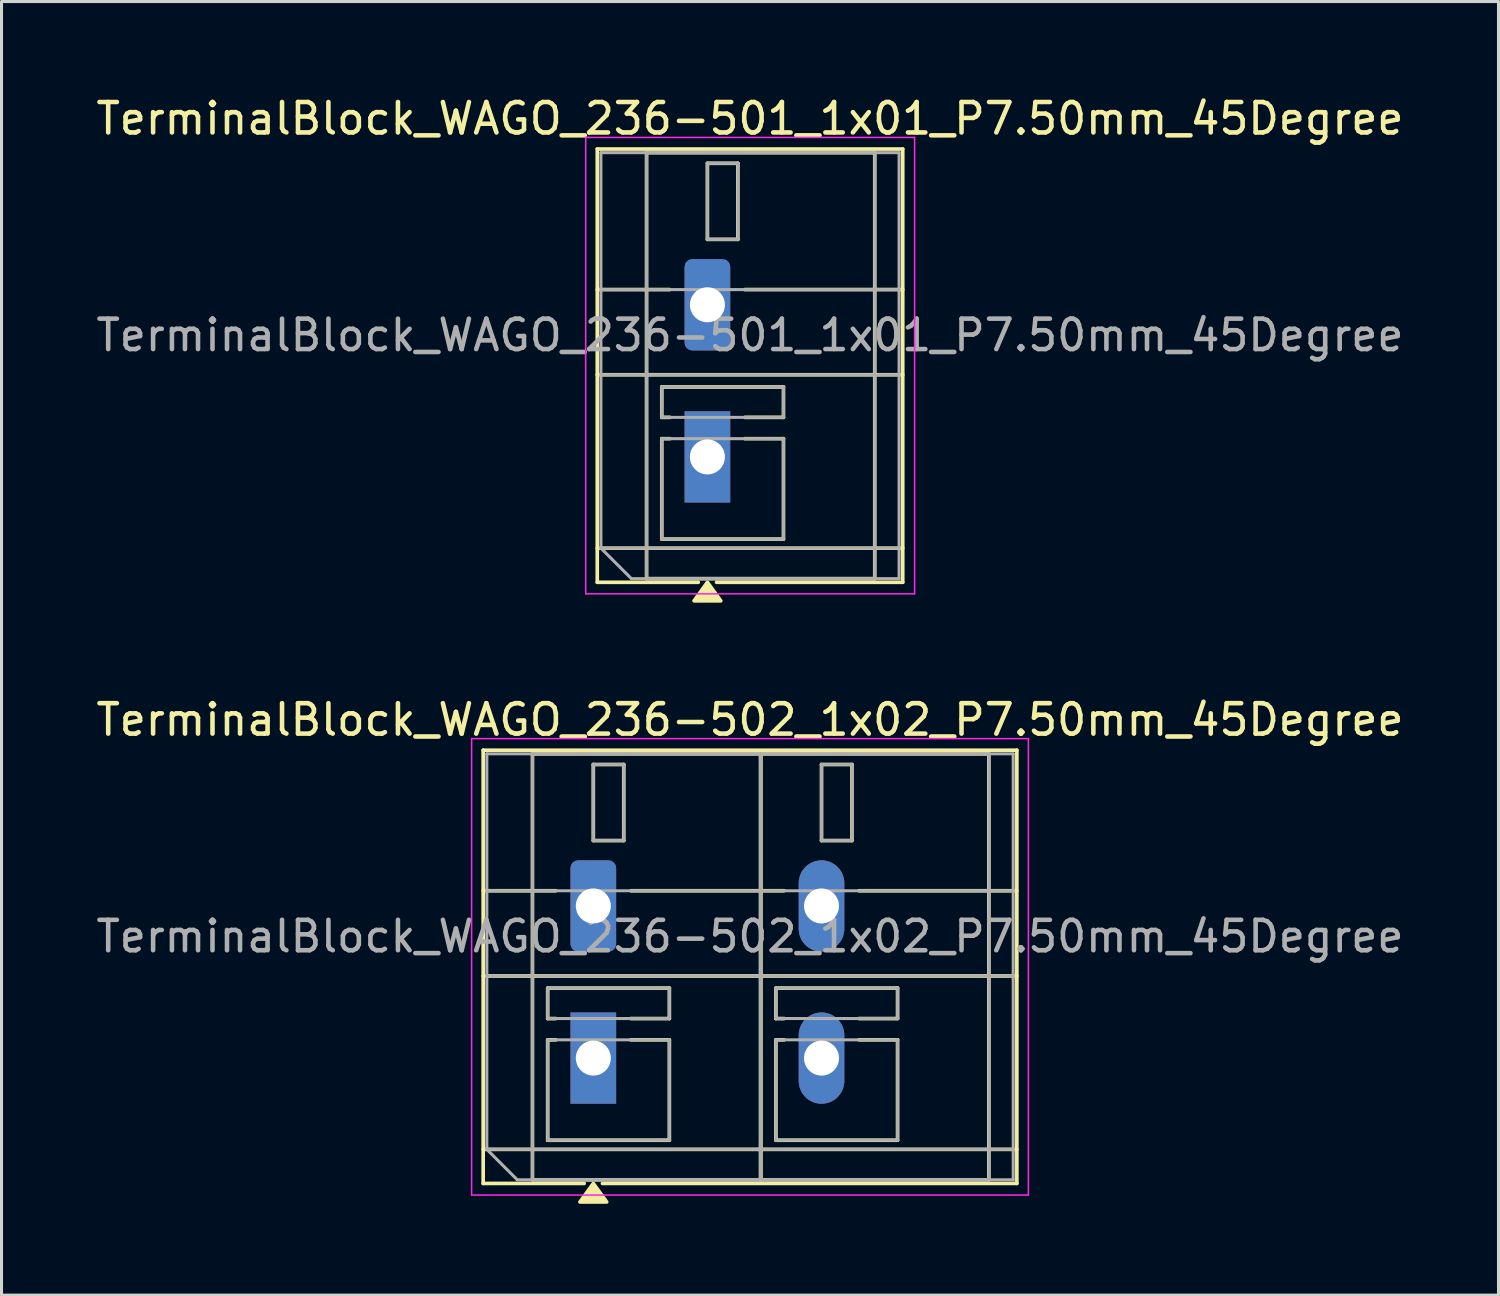
<source format=kicad_pcb>
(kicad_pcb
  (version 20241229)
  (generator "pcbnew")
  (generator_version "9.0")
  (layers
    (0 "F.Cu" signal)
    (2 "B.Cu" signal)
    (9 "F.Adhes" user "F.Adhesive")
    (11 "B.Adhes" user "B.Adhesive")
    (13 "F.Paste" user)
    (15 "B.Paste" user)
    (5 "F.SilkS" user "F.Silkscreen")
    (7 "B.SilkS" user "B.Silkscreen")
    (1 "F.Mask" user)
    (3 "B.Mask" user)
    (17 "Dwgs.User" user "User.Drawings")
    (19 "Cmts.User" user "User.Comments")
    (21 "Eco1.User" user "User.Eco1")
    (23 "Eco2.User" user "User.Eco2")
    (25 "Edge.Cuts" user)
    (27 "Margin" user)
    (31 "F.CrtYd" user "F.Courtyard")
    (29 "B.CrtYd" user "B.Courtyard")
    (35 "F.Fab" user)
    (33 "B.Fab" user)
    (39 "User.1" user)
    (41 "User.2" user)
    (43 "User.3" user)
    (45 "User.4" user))
  (footprint "TerminalBlock_WAGO_236-501_1x01_P7.50mm_45Degree"
    (layer "F.Cu")
    (at 20.201 6.968)
    (property "Reference" "TerminalBlock_WAGO_236-501_1x01_P7.50mm_45Degree" (at 1.4 -6.12 0) (layer "F.SilkS") (effects (font (size 1 1) (thickness 0.15))))
    (attr through_hole)
    (fp_line (start -3.62 -5.12) (end 6.42 -5.12) (stroke (width 0.12) (type solid)) (layer "F.SilkS"))
    (fp_line (start -3.62 -0.5) (end -1.23 -0.5) (stroke (width 0.12) (type solid)) (layer "F.SilkS"))
    (fp_line (start -3.62 2.3) (end 6.42 2.3) (stroke (width 0.12) (type solid)) (layer "F.SilkS"))
    (fp_line (start -3.62 8) (end 6.42 8) (stroke (width 0.12) (type solid)) (layer "F.SilkS"))
    (fp_line (start -3.62 9.12) (end -3.62 -5.12) (stroke (width 0.12) (type solid)) (layer "F.SilkS"))
    (fp_line (start -2 -5) (end 5.5 -5) (stroke (width 0.12) (type solid)) (layer "F.SilkS"))
    (fp_line (start -2 9) (end -2 -5) (stroke (width 0.12) (type solid)) (layer "F.SilkS"))
    (fp_line (start -1.5 2.7) (end 2.5 2.7) (stroke (width 0.12) (type solid)) (layer "F.SilkS"))
    (fp_line (start -1.5 3.7) (end -1.5 2.7) (stroke (width 0.12) (type solid)) (layer "F.SilkS"))
    (fp_line (start -1.5 4.4) (end -1.23 4.4) (stroke (width 0.12) (type solid)) (layer "F.SilkS"))
    (fp_line (start -1.5 7.7) (end -1.5 4.4) (stroke (width 0.12) (type solid)) (layer "F.SilkS"))
    (fp_line (start -1.23 3.7) (end -1.5 3.7) (stroke (width 0.12) (type solid)) (layer "F.SilkS"))
    (fp_line (start -0.3 9.12) (end -3.62 9.12) (stroke (width 0.12) (type solid)) (layer "F.SilkS"))
    (fp_line (start 0 -4.65) (end 1 -4.65) (stroke (width 0.12) (type solid)) (layer "F.SilkS"))
    (fp_line (start 0 -2.15) (end 0 -4.65) (stroke (width 0.12) (type solid)) (layer "F.SilkS"))
    (fp_line (start 1 -4.65) (end 1 -2.15) (stroke (width 0.12) (type solid)) (layer "F.SilkS"))
    (fp_line (start 1 -2.15) (end 0 -2.15) (stroke (width 0.12) (type solid)) (layer "F.SilkS"))
    (fp_line (start 1.23 -0.5) (end 6.42 -0.5) (stroke (width 0.12) (type solid)) (layer "F.SilkS"))
    (fp_line (start 1.23 4.4) (end 2.5 4.4) (stroke (width 0.12) (type solid)) (layer "F.SilkS"))
    (fp_line (start 2.5 2.7) (end 2.5 3.7) (stroke (width 0.12) (type solid)) (layer "F.SilkS"))
    (fp_line (start 2.5 3.7) (end 1.23 3.7) (stroke (width 0.12) (type solid)) (layer "F.SilkS"))
    (fp_line (start 2.5 4.4) (end 2.5 7.7) (stroke (width 0.12) (type solid)) (layer "F.SilkS"))
    (fp_line (start 2.5 7.7) (end -1.5 7.7) (stroke (width 0.12) (type solid)) (layer "F.SilkS"))
    (fp_line (start 5.5 -5) (end 5.5 9) (stroke (width 0.12) (type solid)) (layer "F.SilkS"))
    (fp_line (start 5.5 9) (end -2 9) (stroke (width 0.12) (type solid)) (layer "F.SilkS"))
    (fp_line (start 6.42 -5.12) (end 6.42 9.12) (stroke (width 0.12) (type solid)) (layer "F.SilkS"))
    (fp_line (start 6.42 9.12) (end 0.3 9.12) (stroke (width 0.12) (type solid)) (layer "F.SilkS"))
    (fp_poly (pts (xy 0 9.12) (xy 0.44 9.73) (xy -0.44 9.73)) (stroke (width 0.12) (type solid)) (fill yes) (layer "F.SilkS"))
    (fp_line (start -4 -5.5) (end -4 9.5) (stroke (width 0.05) (type solid)) (layer "F.CrtYd"))
    (fp_line (start -4 9.5) (end 6.81 9.5) (stroke (width 0.05) (type solid)) (layer "F.CrtYd"))
    (fp_line (start 6.81 -5.5) (end -4 -5.5) (stroke (width 0.05) (type solid)) (layer "F.CrtYd"))
    (fp_line (start 6.81 9.5) (end 6.81 -5.5) (stroke (width 0.05) (type solid)) (layer "F.CrtYd"))
    (fp_line (start -3.5 -5) (end 6.3 -5) (stroke (width 0.1) (type solid)) (layer "F.Fab"))
    (fp_line (start -3.5 -0.5) (end 6.3 -0.5) (stroke (width 0.1) (type solid)) (layer "F.Fab"))
    (fp_line (start -3.5 2.3) (end 6.3 2.3) (stroke (width 0.1) (type solid)) (layer "F.Fab"))
    (fp_line (start -3.5 8) (end -3.5 -5) (stroke (width 0.1) (type solid)) (layer "F.Fab"))
    (fp_line (start -3.5 8) (end 6.3 8) (stroke (width 0.1) (type solid)) (layer "F.Fab"))
    (fp_line (start -2.5 9) (end -3.5 8) (stroke (width 0.1) (type solid)) (layer "F.Fab"))
    (fp_line (start -2 -5) (end -2 9) (stroke (width 0.1) (type solid)) (layer "F.Fab"))
    (fp_line (start -2 9) (end 5.5 9) (stroke (width 0.1) (type solid)) (layer "F.Fab"))
    (fp_line (start -1.5 2.7) (end -1.5 3.7) (stroke (width 0.1) (type solid)) (layer "F.Fab"))
    (fp_line (start -1.5 3.7) (end 2.5 3.7) (stroke (width 0.1) (type solid)) (layer "F.Fab"))
    (fp_line (start -1.5 4.4) (end -1.5 7.7) (stroke (width 0.1) (type solid)) (layer "F.Fab"))
    (fp_line (start -1.5 7.7) (end 2.5 7.7) (stroke (width 0.1) (type solid)) (layer "F.Fab"))
    (fp_line (start 0 -4.65) (end 0 -2.15) (stroke (width 0.1) (type solid)) (layer "F.Fab"))
    (fp_line (start 0 -2.15) (end 1 -2.15) (stroke (width 0.1) (type solid)) (layer "F.Fab"))
    (fp_line (start 1 -4.65) (end 0 -4.65) (stroke (width 0.1) (type solid)) (layer "F.Fab"))
    (fp_line (start 1 -2.15) (end 1 -4.65) (stroke (width 0.1) (type solid)) (layer "F.Fab"))
    (fp_line (start 2.5 2.7) (end -1.5 2.7) (stroke (width 0.1) (type solid)) (layer "F.Fab"))
    (fp_line (start 2.5 3.7) (end 2.5 2.7) (stroke (width 0.1) (type solid)) (layer "F.Fab"))
    (fp_line (start 2.5 4.4) (end -1.5 4.4) (stroke (width 0.1) (type solid)) (layer "F.Fab"))
    (fp_line (start 2.5 7.7) (end 2.5 4.4) (stroke (width 0.1) (type solid)) (layer "F.Fab"))
    (fp_line (start 5.5 -5) (end -2 -5) (stroke (width 0.1) (type solid)) (layer "F.Fab"))
    (fp_line (start 5.5 9) (end 5.5 -5) (stroke (width 0.1) (type solid)) (layer "F.Fab"))
    (fp_line (start 6.3 -5) (end 6.3 9) (stroke (width 0.1) (type solid)) (layer "F.Fab"))
    (fp_line (start 6.3 9) (end -2.5 9) (stroke (width 0.1) (type solid)) (layer "F.Fab"))
    (fp_text user "${REFERENCE}" (at 1.4 1 0) (layer "F.Fab") (effects (font (size 1 1) (thickness 0.15))))
    (pad "1" thru_hole roundrect (at 0 0) (size 1.5 3) (drill 1.15) (layers "*.Cu" "*.Mask") (roundrect_rratio 0.167))
    (pad "1" thru_hole rect (at 0 5) (size 1.5 3) (drill 1.15) (layers "*.Cu" "*.Mask")))
  (footprint "TerminalBlock_WAGO_236-502_1x02_P7.50mm_45Degree"
    (layer "F.Cu")
    (at 16.451 26.727)
    (property "Reference" "TerminalBlock_WAGO_236-502_1x02_P7.50mm_45Degree" (at 5.15 -6.12 0) (layer "F.SilkS") (effects (font (size 1 1) (thickness 0.15))))
    (attr through_hole)
    (fp_line (start -3.62 -5.12) (end 13.92 -5.12) (stroke (width 0.12) (type solid)) (layer "F.SilkS"))
    (fp_line (start -3.62 -0.5) (end -1.23 -0.5) (stroke (width 0.12) (type solid)) (layer "F.SilkS"))
    (fp_line (start -3.62 2.3) (end 13.92 2.3) (stroke (width 0.12) (type solid)) (layer "F.SilkS"))
    (fp_line (start -3.62 8) (end 13.92 8) (stroke (width 0.12) (type solid)) (layer "F.SilkS"))
    (fp_line (start -3.62 9.12) (end -3.62 -5.12) (stroke (width 0.12) (type solid)) (layer "F.SilkS"))
    (fp_line (start -2 -5) (end 5.5 -5) (stroke (width 0.12) (type solid)) (layer "F.SilkS"))
    (fp_line (start -2 9) (end -2 -5) (stroke (width 0.12) (type solid)) (layer "F.SilkS"))
    (fp_line (start -1.5 2.7) (end 2.5 2.7) (stroke (width 0.12) (type solid)) (layer "F.SilkS"))
    (fp_line (start -1.5 3.7) (end -1.5 2.7) (stroke (width 0.12) (type solid)) (layer "F.SilkS"))
    (fp_line (start -1.5 4.4) (end -1.23 4.4) (stroke (width 0.12) (type solid)) (layer "F.SilkS"))
    (fp_line (start -1.5 7.7) (end -1.5 4.4) (stroke (width 0.12) (type solid)) (layer "F.SilkS"))
    (fp_line (start -1.23 3.7) (end -1.5 3.7) (stroke (width 0.12) (type solid)) (layer "F.SilkS"))
    (fp_line (start -0.3 9.12) (end -3.62 9.12) (stroke (width 0.12) (type solid)) (layer "F.SilkS"))
    (fp_line (start 0 -4.65) (end 1 -4.65) (stroke (width 0.12) (type solid)) (layer "F.SilkS"))
    (fp_line (start 0 -2.15) (end 0 -4.65) (stroke (width 0.12) (type solid)) (layer "F.SilkS"))
    (fp_line (start 1 -4.65) (end 1 -2.15) (stroke (width 0.12) (type solid)) (layer "F.SilkS"))
    (fp_line (start 1 -2.15) (end 0 -2.15) (stroke (width 0.12) (type solid)) (layer "F.SilkS"))
    (fp_line (start 1.23 -0.5) (end 6.27 -0.5) (stroke (width 0.12) (type solid)) (layer "F.SilkS"))
    (fp_line (start 1.23 4.4) (end 2.5 4.4) (stroke (width 0.12) (type solid)) (layer "F.SilkS"))
    (fp_line (start 2.5 2.7) (end 2.5 3.7) (stroke (width 0.12) (type solid)) (layer "F.SilkS"))
    (fp_line (start 2.5 3.7) (end 1.23 3.7) (stroke (width 0.12) (type solid)) (layer "F.SilkS"))
    (fp_line (start 2.5 4.4) (end 2.5 7.7) (stroke (width 0.12) (type solid)) (layer "F.SilkS"))
    (fp_line (start 2.5 7.7) (end -1.5 7.7) (stroke (width 0.12) (type solid)) (layer "F.SilkS"))
    (fp_line (start 5.5 -5) (end 5.5 9) (stroke (width 0.12) (type solid)) (layer "F.SilkS"))
    (fp_line (start 5.5 -5) (end 13 -5) (stroke (width 0.12) (type solid)) (layer "F.SilkS"))
    (fp_line (start 5.5 9) (end -2 9) (stroke (width 0.12) (type solid)) (layer "F.SilkS"))
    (fp_line (start 5.5 9) (end 5.5 -5) (stroke (width 0.12) (type solid)) (layer "F.SilkS"))
    (fp_line (start 6 2.7) (end 10 2.7) (stroke (width 0.12) (type solid)) (layer "F.SilkS"))
    (fp_line (start 6 3.7) (end 6 2.7) (stroke (width 0.12) (type solid)) (layer "F.SilkS"))
    (fp_line (start 6 4.4) (end 6.27 4.4) (stroke (width 0.12) (type solid)) (layer "F.SilkS"))
    (fp_line (start 6 7.7) (end 6 4.4) (stroke (width 0.12) (type solid)) (layer "F.SilkS"))
    (fp_line (start 6.27 3.7) (end 6 3.7) (stroke (width 0.12) (type solid)) (layer "F.SilkS"))
    (fp_line (start 7.5 -4.65) (end 8.5 -4.65) (stroke (width 0.12) (type solid)) (layer "F.SilkS"))
    (fp_line (start 7.5 -2.15) (end 7.5 -4.65) (stroke (width 0.12) (type solid)) (layer "F.SilkS"))
    (fp_line (start 8.5 -4.65) (end 8.5 -2.15) (stroke (width 0.12) (type solid)) (layer "F.SilkS"))
    (fp_line (start 8.5 -2.15) (end 7.5 -2.15) (stroke (width 0.12) (type solid)) (layer "F.SilkS"))
    (fp_line (start 8.73 -0.5) (end 13.92 -0.5) (stroke (width 0.12) (type solid)) (layer "F.SilkS"))
    (fp_line (start 8.73 4.4) (end 10 4.4) (stroke (width 0.12) (type solid)) (layer "F.SilkS"))
    (fp_line (start 10 2.7) (end 10 3.7) (stroke (width 0.12) (type solid)) (layer "F.SilkS"))
    (fp_line (start 10 3.7) (end 8.73 3.7) (stroke (width 0.12) (type solid)) (layer "F.SilkS"))
    (fp_line (start 10 4.4) (end 10 7.7) (stroke (width 0.12) (type solid)) (layer "F.SilkS"))
    (fp_line (start 10 7.7) (end 6 7.7) (stroke (width 0.12) (type solid)) (layer "F.SilkS"))
    (fp_line (start 13 -5) (end 13 9) (stroke (width 0.12) (type solid)) (layer "F.SilkS"))
    (fp_line (start 13 9) (end 5.5 9) (stroke (width 0.12) (type solid)) (layer "F.SilkS"))
    (fp_line (start 13.92 -5.12) (end 13.92 9.12) (stroke (width 0.12) (type solid)) (layer "F.SilkS"))
    (fp_line (start 13.92 9.12) (end 0.3 9.12) (stroke (width 0.12) (type solid)) (layer "F.SilkS"))
    (fp_poly (pts (xy 0 9.12) (xy 0.44 9.73) (xy -0.44 9.73)) (stroke (width 0.12) (type solid)) (fill yes) (layer "F.SilkS"))
    (fp_line (start -4 -5.5) (end -4 9.5) (stroke (width 0.05) (type solid)) (layer "F.CrtYd"))
    (fp_line (start -4 9.5) (end 14.3 9.5) (stroke (width 0.05) (type solid)) (layer "F.CrtYd"))
    (fp_line (start 14.3 -5.5) (end -4 -5.5) (stroke (width 0.05) (type solid)) (layer "F.CrtYd"))
    (fp_line (start 14.3 9.5) (end 14.3 -5.5) (stroke (width 0.05) (type solid)) (layer "F.CrtYd"))
    (fp_line (start -3.5 -5) (end 13.8 -5) (stroke (width 0.1) (type solid)) (layer "F.Fab"))
    (fp_line (start -3.5 -0.5) (end 13.8 -0.5) (stroke (width 0.1) (type solid)) (layer "F.Fab"))
    (fp_line (start -3.5 2.3) (end 13.8 2.3) (stroke (width 0.1) (type solid)) (layer "F.Fab"))
    (fp_line (start -3.5 8) (end -3.5 -5) (stroke (width 0.1) (type solid)) (layer "F.Fab"))
    (fp_line (start -3.5 8) (end 13.8 8) (stroke (width 0.1) (type solid)) (layer "F.Fab"))
    (fp_line (start -2.5 9) (end -3.5 8) (stroke (width 0.1) (type solid)) (layer "F.Fab"))
    (fp_line (start -2 -5) (end -2 9) (stroke (width 0.1) (type solid)) (layer "F.Fab"))
    (fp_line (start -2 9) (end 5.5 9) (stroke (width 0.1) (type solid)) (layer "F.Fab"))
    (fp_line (start -1.5 2.7) (end -1.5 3.7) (stroke (width 0.1) (type solid)) (layer "F.Fab"))
    (fp_line (start -1.5 3.7) (end 2.5 3.7) (stroke (width 0.1) (type solid)) (layer "F.Fab"))
    (fp_line (start -1.5 4.4) (end -1.5 7.7) (stroke (width 0.1) (type solid)) (layer "F.Fab"))
    (fp_line (start -1.5 7.7) (end 2.5 7.7) (stroke (width 0.1) (type solid)) (layer "F.Fab"))
    (fp_line (start 0 -4.65) (end 0 -2.15) (stroke (width 0.1) (type solid)) (layer "F.Fab"))
    (fp_line (start 0 -2.15) (end 1 -2.15) (stroke (width 0.1) (type solid)) (layer "F.Fab"))
    (fp_line (start 1 -4.65) (end 0 -4.65) (stroke (width 0.1) (type solid)) (layer "F.Fab"))
    (fp_line (start 1 -2.15) (end 1 -4.65) (stroke (width 0.1) (type solid)) (layer "F.Fab"))
    (fp_line (start 2.5 2.7) (end -1.5 2.7) (stroke (width 0.1) (type solid)) (layer "F.Fab"))
    (fp_line (start 2.5 3.7) (end 2.5 2.7) (stroke (width 0.1) (type solid)) (layer "F.Fab"))
    (fp_line (start 2.5 4.4) (end -1.5 4.4) (stroke (width 0.1) (type solid)) (layer "F.Fab"))
    (fp_line (start 2.5 7.7) (end 2.5 4.4) (stroke (width 0.1) (type solid)) (layer "F.Fab"))
    (fp_line (start 5.5 -5) (end -2 -5) (stroke (width 0.1) (type solid)) (layer "F.Fab"))
    (fp_line (start 5.5 -5) (end 5.5 9) (stroke (width 0.1) (type solid)) (layer "F.Fab"))
    (fp_line (start 5.5 9) (end 5.5 -5) (stroke (width 0.1) (type solid)) (layer "F.Fab"))
    (fp_line (start 5.5 9) (end 13 9) (stroke (width 0.1) (type solid)) (layer "F.Fab"))
    (fp_line (start 6 2.7) (end 6 3.7) (stroke (width 0.1) (type solid)) (layer "F.Fab"))
    (fp_line (start 6 3.7) (end 10 3.7) (stroke (width 0.1) (type solid)) (layer "F.Fab"))
    (fp_line (start 6 4.4) (end 6 7.7) (stroke (width 0.1) (type solid)) (layer "F.Fab"))
    (fp_line (start 6 7.7) (end 10 7.7) (stroke (width 0.1) (type solid)) (layer "F.Fab"))
    (fp_line (start 7.5 -4.65) (end 7.5 -2.15) (stroke (width 0.1) (type solid)) (layer "F.Fab"))
    (fp_line (start 7.5 -2.15) (end 8.5 -2.15) (stroke (width 0.1) (type solid)) (layer "F.Fab"))
    (fp_line (start 8.5 -4.65) (end 7.5 -4.65) (stroke (width 0.1) (type solid)) (layer "F.Fab"))
    (fp_line (start 8.5 -2.15) (end 8.5 -4.65) (stroke (width 0.1) (type solid)) (layer "F.Fab"))
    (fp_line (start 10 2.7) (end 6 2.7) (stroke (width 0.1) (type solid)) (layer "F.Fab"))
    (fp_line (start 10 3.7) (end 10 2.7) (stroke (width 0.1) (type solid)) (layer "F.Fab"))
    (fp_line (start 10 4.4) (end 6 4.4) (stroke (width 0.1) (type solid)) (layer "F.Fab"))
    (fp_line (start 10 7.7) (end 10 4.4) (stroke (width 0.1) (type solid)) (layer "F.Fab"))
    (fp_line (start 13 -5) (end 5.5 -5) (stroke (width 0.1) (type solid)) (layer "F.Fab"))
    (fp_line (start 13 9) (end 13 -5) (stroke (width 0.1) (type solid)) (layer "F.Fab"))
    (fp_line (start 13.8 -5) (end 13.8 9) (stroke (width 0.1) (type solid)) (layer "F.Fab"))
    (fp_line (start 13.8 9) (end -2.5 9) (stroke (width 0.1) (type solid)) (layer "F.Fab"))
    (fp_text user "${REFERENCE}" (at 5.15 1 0) (layer "F.Fab") (effects (font (size 1 1) (thickness 0.15))))
    (pad "1" thru_hole roundrect (at 0 0) (size 1.5 3) (drill 1.15) (layers "*.Cu" "*.Mask") (roundrect_rratio 0.167))
    (pad "1" thru_hole rect (at 0 5) (size 1.5 3) (drill 1.15) (layers "*.Cu" "*.Mask"))
    (pad "2" thru_hole oval (at 7.5 0) (size 1.5 3) (drill 1.15) (layers "*.Cu" "*.Mask"))
    (pad "2" thru_hole oval (at 7.5 5) (size 1.5 3) (drill 1.15) (layers "*.Cu" "*.Mask")))
  (gr_rect
    (start -3 -3)
    (end 46.202 39.517)
    (stroke (width 0.1) (type default))
    (fill no)
    (layer "Edge.Cuts")))
</source>
